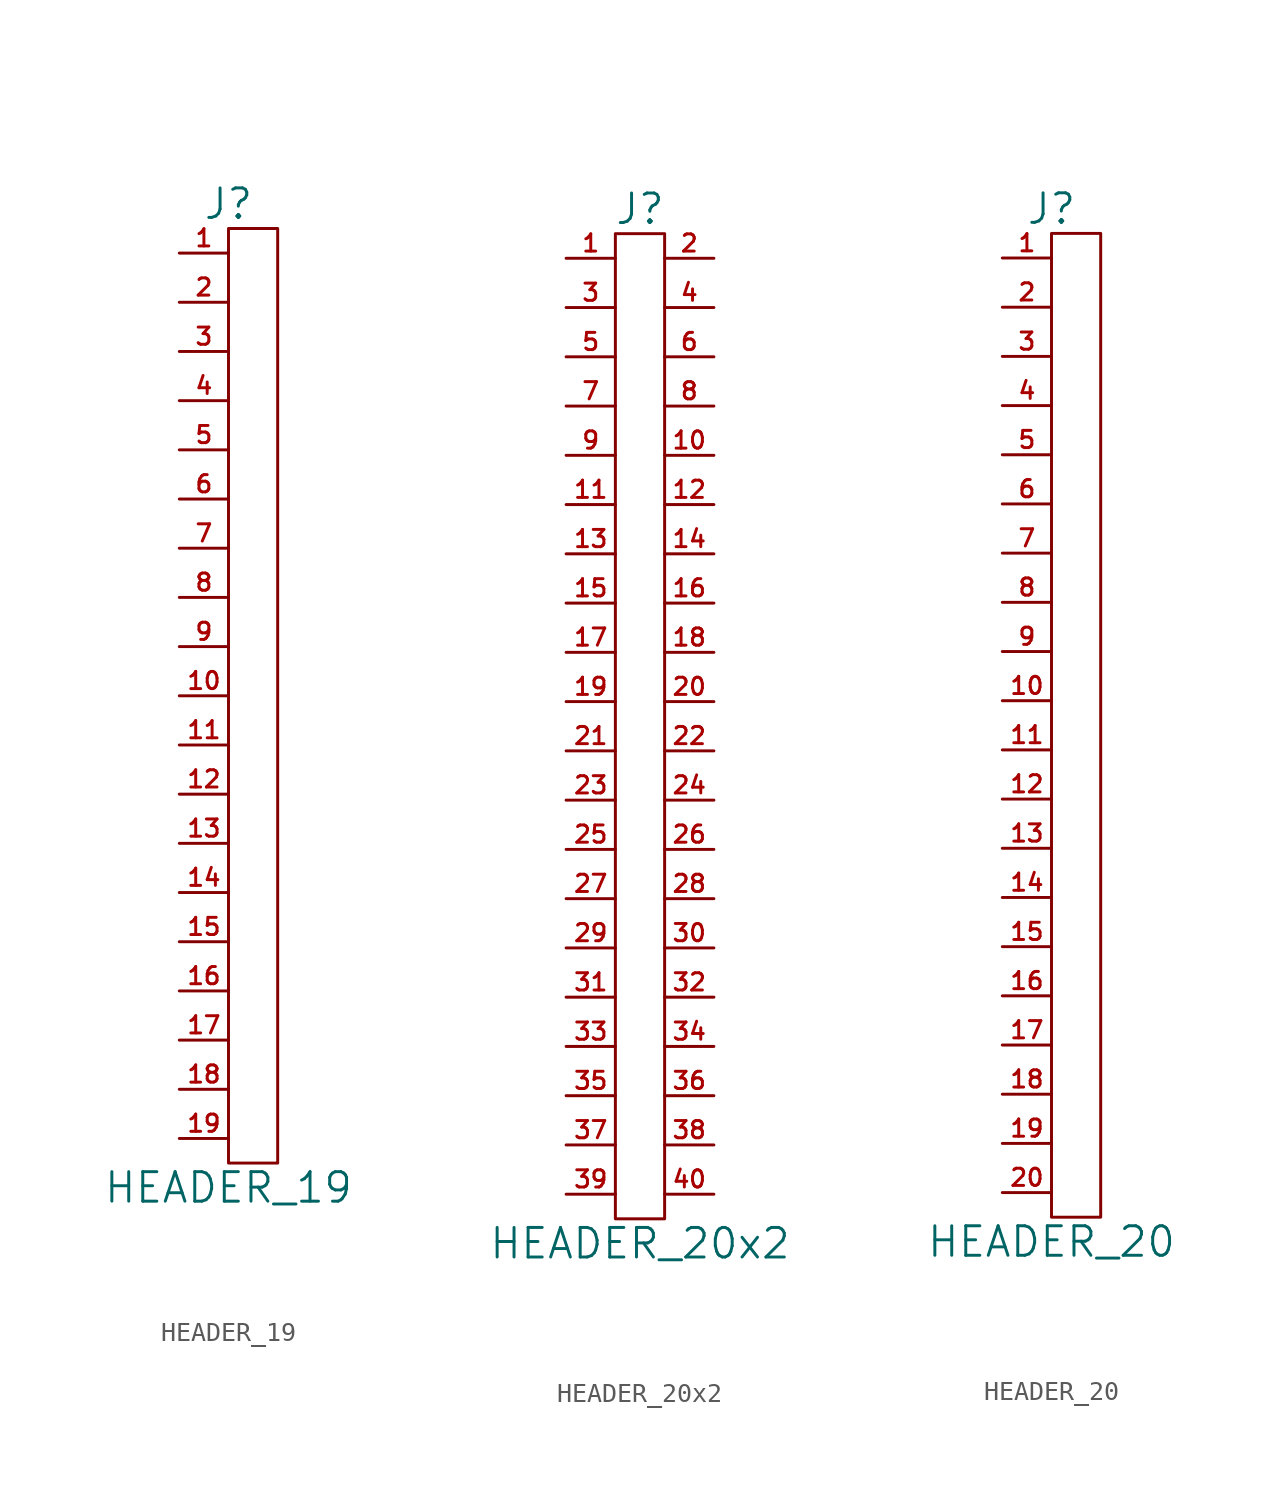
<source format=kicad_sym>
(kicad_symbol_lib
  (version 20220914)
  (generator kicad_symbol_editor)
  (symbol "HEADER_19"
    (pin_names
      (offset 0))
    (property "Reference" "J"
      (at 0 25.4 0)
      (effects (font (size 1.524 1.524))))
    (property "Value" "HEADER_19"
      (at 0 -25.4 0)
      (effects (font (size 1.524 1.524))))
    (property "Footprint" ""
      (at 0 0 0)
      (effects (font (size 1.524 1.524))))
    (property "Datasheet" ""
      (at 0 0 0)
      (effects (font (size 1.524 1.524))))
    (symbol "HEADER_19_0_1"
      (rectangle (start 0 24.13) (end 2.54 -24.13) (stroke (width 0) (type solid)) (fill (type none))))
    (symbol "HEADER_19_1_1"
      (pin passive line (at -2.54 22.86 0) (length 2.54) (name "~" (effects (font (size 0.889 0.889)))) (number "1" (effects (font (size 0.889 0.889)))))
      (pin passive line (at -2.54 0 0) (length 2.54) (name "~" (effects (font (size 1.27 1.27)))) (number "10" (effects (font (size 0.889 0.889)))))
      (pin passive line (at -2.54 -2.54 0) (length 2.54) (name "~" (effects (font (size 1.27 1.27)))) (number "11" (effects (font (size 0.889 0.889)))))
      (pin passive line (at -2.54 -5.08 0) (length 2.54) (name "~" (effects (font (size 1.27 1.27)))) (number "12" (effects (font (size 0.889 0.889)))))
      (pin passive line (at -2.54 -7.62 0) (length 2.54) (name "~" (effects (font (size 1.27 1.27)))) (number "13" (effects (font (size 0.889 0.889)))))
      (pin passive line (at -2.54 -10.16 0) (length 2.54) (name "~" (effects (font (size 1.27 1.27)))) (number "14" (effects (font (size 0.889 0.889)))))
      (pin passive line (at -2.54 -12.7 0) (length 2.54) (name "~" (effects (font (size 1.27 1.27)))) (number "15" (effects (font (size 0.889 0.889)))))
      (pin passive line (at -2.54 -15.24 0) (length 2.54) (name "~" (effects (font (size 1.27 1.27)))) (number "16" (effects (font (size 0.889 0.889)))))
      (pin passive line (at -2.54 -17.78 0) (length 2.54) (name "~" (effects (font (size 1.27 1.27)))) (number "17" (effects (font (size 0.889 0.889)))))
      (pin passive line (at -2.54 -20.32 0) (length 2.54) (name "~" (effects (font (size 1.27 1.27)))) (number "18" (effects (font (size 0.889 0.889)))))
      (pin passive line (at -2.54 -22.86 0) (length 2.54) (name "~" (effects (font (size 1.27 1.27)))) (number "19" (effects (font (size 0.889 0.889)))))
      (pin passive line (at -2.54 20.32 0) (length 2.54) (name "~" (effects (font (size 1.27 1.27)))) (number "2" (effects (font (size 0.889 0.889)))))
      (pin passive line (at -2.54 17.78 0) (length 2.54) (name "~" (effects (font (size 1.27 1.27)))) (number "3" (effects (font (size 0.889 0.889)))))
      (pin passive line (at -2.54 15.24 0) (length 2.54) (name "~" (effects (font (size 1.27 1.27)))) (number "4" (effects (font (size 0.889 0.889)))))
      (pin passive line (at -2.54 12.7 0) (length 2.54) (name "~" (effects (font (size 1.27 1.27)))) (number "5" (effects (font (size 0.889 0.889)))))
      (pin passive line (at -2.54 10.16 0) (length 2.54) (name "~" (effects (font (size 1.27 1.27)))) (number "6" (effects (font (size 0.889 0.889)))))
      (pin passive line (at -2.54 7.62 0) (length 2.54) (name "~" (effects (font (size 1.27 1.27)))) (number "7" (effects (font (size 0.889 0.889)))))
      (pin passive line (at -2.54 5.08 0) (length 2.54) (name "~" (effects (font (size 1.27 1.27)))) (number "8" (effects (font (size 0.889 0.889)))))
      (pin passive line (at -2.54 2.54 0) (length 2.54) (name "~" (effects (font (size 1.27 1.27)))) (number "9" (effects (font (size 0.889 0.889)))))))
  (symbol "HEADER_20x2"
    (pin_names
      (offset 0))
    (property "Reference" "J"
      (at 0 26.67 0)
      (effects (font (size 1.524 1.524))))
    (property "Value" "HEADER_20x2"
      (at 0 -26.67 0)
      (effects (font (size 1.524 1.524))))
    (property "Footprint" ""
      (at 0 0 0)
      (effects (font (size 1.524 1.524))))
    (property "Datasheet" ""
      (at 0 0 0)
      (effects (font (size 1.524 1.524))))
    (symbol "HEADER_20x2_0_1"
      (rectangle (start 1.27 25.4) (end -1.27 -25.4) (stroke (width 0) (type solid)) (fill (type none))))
    (symbol "HEADER_20x2_1_1"
      (pin passive line (at -3.81 24.13 0) (length 2.54) (name "~" (effects (font (size 0.889 0.889)))) (number "1" (effects (font (size 0.889 0.889)))))
      (pin passive line (at 3.81 13.97 180) (length 2.54) (name "~" (effects (font (size 1.27 1.27)))) (number "10" (effects (font (size 0.889 0.889)))))
      (pin passive line (at -3.81 11.43 0) (length 2.54) (name "~" (effects (font (size 1.27 1.27)))) (number "11" (effects (font (size 0.889 0.889)))))
      (pin passive line (at 3.81 11.43 180) (length 2.54) (name "~" (effects (font (size 1.27 1.27)))) (number "12" (effects (font (size 0.889 0.889)))))
      (pin passive line (at -3.81 8.89 0) (length 2.54) (name "~" (effects (font (size 1.27 1.27)))) (number "13" (effects (font (size 0.889 0.889)))))
      (pin passive line (at 3.81 8.89 180) (length 2.54) (name "~" (effects (font (size 1.27 1.27)))) (number "14" (effects (font (size 0.889 0.889)))))
      (pin passive line (at -3.81 6.35 0) (length 2.54) (name "~" (effects (font (size 1.27 1.27)))) (number "15" (effects (font (size 0.889 0.889)))))
      (pin passive line (at 3.81 6.35 180) (length 2.54) (name "~" (effects (font (size 1.27 1.27)))) (number "16" (effects (font (size 0.889 0.889)))))
      (pin passive line (at -3.81 3.81 0) (length 2.54) (name "~" (effects (font (size 1.27 1.27)))) (number "17" (effects (font (size 0.889 0.889)))))
      (pin passive line (at 3.81 3.81 180) (length 2.54) (name "~" (effects (font (size 1.27 1.27)))) (number "18" (effects (font (size 0.889 0.889)))))
      (pin passive line (at -3.81 1.27 0) (length 2.54) (name "~" (effects (font (size 1.27 1.27)))) (number "19" (effects (font (size 0.889 0.889)))))
      (pin passive line (at 3.81 24.13 180) (length 2.54) (name "~" (effects (font (size 1.27 1.27)))) (number "2" (effects (font (size 0.889 0.889)))))
      (pin passive line (at 3.81 1.27 180) (length 2.54) (name "~" (effects (font (size 1.27 1.27)))) (number "20" (effects (font (size 0.889 0.889)))))
      (pin passive line (at -3.81 -1.27 0) (length 2.54) (name "~" (effects (font (size 1.27 1.27)))) (number "21" (effects (font (size 0.889 0.889)))))
      (pin passive line (at 3.81 -1.27 180) (length 2.54) (name "~" (effects (font (size 1.27 1.27)))) (number "22" (effects (font (size 0.889 0.889)))))
      (pin passive line (at -3.81 -3.81 0) (length 2.54) (name "~" (effects (font (size 1.27 1.27)))) (number "23" (effects (font (size 0.889 0.889)))))
      (pin passive line (at 3.81 -3.81 180) (length 2.54) (name "~" (effects (font (size 1.27 1.27)))) (number "24" (effects (font (size 0.889 0.889)))))
      (pin passive line (at -3.81 -6.35 0) (length 2.54) (name "~" (effects (font (size 1.27 1.27)))) (number "25" (effects (font (size 0.889 0.889)))))
      (pin passive line (at 3.81 -6.35 180) (length 2.54) (name "~" (effects (font (size 1.27 1.27)))) (number "26" (effects (font (size 0.889 0.889)))))
      (pin passive line (at -3.81 -8.89 0) (length 2.54) (name "~" (effects (font (size 1.27 1.27)))) (number "27" (effects (font (size 0.889 0.889)))))
      (pin passive line (at 3.81 -8.89 180) (length 2.54) (name "~" (effects (font (size 1.27 1.27)))) (number "28" (effects (font (size 0.889 0.889)))))
      (pin passive line (at -3.81 -11.43 0) (length 2.54) (name "~" (effects (font (size 1.27 1.27)))) (number "29" (effects (font (size 0.889 0.889)))))
      (pin passive line (at -3.81 21.59 0) (length 2.54) (name "~" (effects (font (size 1.27 1.27)))) (number "3" (effects (font (size 0.889 0.889)))))
      (pin passive line (at 3.81 -11.43 180) (length 2.54) (name "~" (effects (font (size 1.27 1.27)))) (number "30" (effects (font (size 0.889 0.889)))))
      (pin passive line (at -3.81 -13.97 0) (length 2.54) (name "~" (effects (font (size 1.27 1.27)))) (number "31" (effects (font (size 0.889 0.889)))))
      (pin passive line (at 3.81 -13.97 180) (length 2.54) (name "~" (effects (font (size 1.27 1.27)))) (number "32" (effects (font (size 0.889 0.889)))))
      (pin passive line (at -3.81 -16.51 0) (length 2.54) (name "~" (effects (font (size 1.27 1.27)))) (number "33" (effects (font (size 0.889 0.889)))))
      (pin passive line (at 3.81 -16.51 180) (length 2.54) (name "~" (effects (font (size 1.27 1.27)))) (number "34" (effects (font (size 0.889 0.889)))))
      (pin passive line (at -3.81 -19.05 0) (length 2.54) (name "~" (effects (font (size 1.27 1.27)))) (number "35" (effects (font (size 0.889 0.889)))))
      (pin passive line (at 3.81 -19.05 180) (length 2.54) (name "~" (effects (font (size 1.27 1.27)))) (number "36" (effects (font (size 0.889 0.889)))))
      (pin passive line (at -3.81 -21.59 0) (length 2.54) (name "~" (effects (font (size 1.27 1.27)))) (number "37" (effects (font (size 0.889 0.889)))))
      (pin passive line (at 3.81 -21.59 180) (length 2.54) (name "~" (effects (font (size 1.27 1.27)))) (number "38" (effects (font (size 0.889 0.889)))))
      (pin passive line (at -3.81 -24.13 0) (length 2.54) (name "~" (effects (font (size 1.27 1.27)))) (number "39" (effects (font (size 0.889 0.889)))))
      (pin passive line (at 3.81 21.59 180) (length 2.54) (name "~" (effects (font (size 1.27 1.27)))) (number "4" (effects (font (size 0.889 0.889)))))
      (pin passive line (at 3.81 -24.13 180) (length 2.54) (name "~" (effects (font (size 1.27 1.27)))) (number "40" (effects (font (size 0.889 0.889)))))
      (pin passive line (at -3.81 19.05 0) (length 2.54) (name "~" (effects (font (size 1.27 1.27)))) (number "5" (effects (font (size 0.889 0.889)))))
      (pin passive line (at 3.81 19.05 180) (length 2.54) (name "~" (effects (font (size 1.27 1.27)))) (number "6" (effects (font (size 0.889 0.889)))))
      (pin passive line (at -3.81 16.51 0) (length 2.54) (name "~" (effects (font (size 1.27 1.27)))) (number "7" (effects (font (size 0.889 0.889)))))
      (pin passive line (at 3.81 16.51 180) (length 2.54) (name "~" (effects (font (size 1.27 1.27)))) (number "8" (effects (font (size 0.889 0.889)))))
      (pin passive line (at -3.81 13.97 0) (length 2.54) (name "~" (effects (font (size 1.27 1.27)))) (number "9" (effects (font (size 0.889 0.889)))))))
  (symbol "HEADER_20"
    (pin_names
      (offset 0))
    (property "Reference" "J"
      (at 0 26.67 0)
      (effects (font (size 1.524 1.524))))
    (property "Value" "HEADER_20"
      (at 0 -26.67 0)
      (effects (font (size 1.524 1.524))))
    (property "Footprint" ""
      (at 0 0 0)
      (effects (font (size 1.524 1.524))))
    (property "Datasheet" ""
      (at 0 0 0)
      (effects (font (size 1.524 1.524))))
    (symbol "HEADER_20_0_1"
      (rectangle (start 2.54 25.4) (end 0 -25.4) (stroke (width 0) (type solid)) (fill (type none))))
    (symbol "HEADER_20_1_1"
      (pin passive line (at -2.54 24.13 0) (length 2.54) (name "~" (effects (font (size 1.27 1.27)))) (number "1" (effects (font (size 0.889 0.889)))))
      (pin passive line (at -2.54 1.27 0) (length 2.54) (name "~" (effects (font (size 1.27 1.27)))) (number "10" (effects (font (size 0.889 0.889)))))
      (pin passive line (at -2.54 -1.27 0) (length 2.54) (name "~" (effects (font (size 0.889 0.889)))) (number "11" (effects (font (size 0.889 0.889)))))
      (pin passive line (at -2.54 -3.81 0) (length 2.54) (name "~" (effects (font (size 1.27 1.27)))) (number "12" (effects (font (size 0.889 0.889)))))
      (pin passive line (at -2.54 -6.35 0) (length 2.54) (name "~" (effects (font (size 1.27 1.27)))) (number "13" (effects (font (size 0.889 0.889)))))
      (pin passive line (at -2.54 -8.89 0) (length 2.54) (name "~" (effects (font (size 1.27 1.27)))) (number "14" (effects (font (size 0.889 0.889)))))
      (pin passive line (at -2.54 -11.43 0) (length 2.54) (name "~" (effects (font (size 1.27 1.27)))) (number "15" (effects (font (size 0.889 0.889)))))
      (pin passive line (at -2.54 -13.97 0) (length 2.54) (name "~" (effects (font (size 1.27 1.27)))) (number "16" (effects (font (size 0.889 0.889)))))
      (pin passive line (at -2.54 -16.51 0) (length 2.54) (name "~" (effects (font (size 1.27 1.27)))) (number "17" (effects (font (size 0.889 0.889)))))
      (pin passive line (at -2.54 -19.05 0) (length 2.54) (name "~" (effects (font (size 1.27 1.27)))) (number "18" (effects (font (size 0.889 0.889)))))
      (pin passive line (at -2.54 -21.59 0) (length 2.54) (name "~" (effects (font (size 1.27 1.27)))) (number "19" (effects (font (size 0.889 0.889)))))
      (pin passive line (at -2.54 21.59 0) (length 2.54) (name "~" (effects (font (size 1.27 1.27)))) (number "2" (effects (font (size 0.889 0.889)))))
      (pin passive line (at -2.54 -24.13 0) (length 2.54) (name "~" (effects (font (size 1.27 1.27)))) (number "20" (effects (font (size 0.889 0.889)))))
      (pin passive line (at -2.54 19.05 0) (length 2.54) (name "~" (effects (font (size 1.27 1.27)))) (number "3" (effects (font (size 0.889 0.889)))))
      (pin passive line (at -2.54 16.51 0) (length 2.54) (name "~" (effects (font (size 1.27 1.27)))) (number "4" (effects (font (size 0.889 0.889)))))
      (pin passive line (at -2.54 13.97 0) (length 2.54) (name "~" (effects (font (size 1.27 1.27)))) (number "5" (effects (font (size 0.889 0.889)))))
      (pin passive line (at -2.54 11.43 0) (length 2.54) (name "~" (effects (font (size 1.27 1.27)))) (number "6" (effects (font (size 0.889 0.889)))))
      (pin passive line (at -2.54 8.89 0) (length 2.54) (name "~" (effects (font (size 1.27 1.27)))) (number "7" (effects (font (size 0.889 0.889)))))
      (pin passive line (at -2.54 6.35 0) (length 2.54) (name "~" (effects (font (size 1.27 1.27)))) (number "8" (effects (font (size 0.889 0.889)))))
      (pin passive line (at -2.54 3.81 0) (length 2.54) (name "~" (effects (font (size 1.27 1.27)))) (number "9" (effects (font (size 0.889 0.889))))))))
</source>
